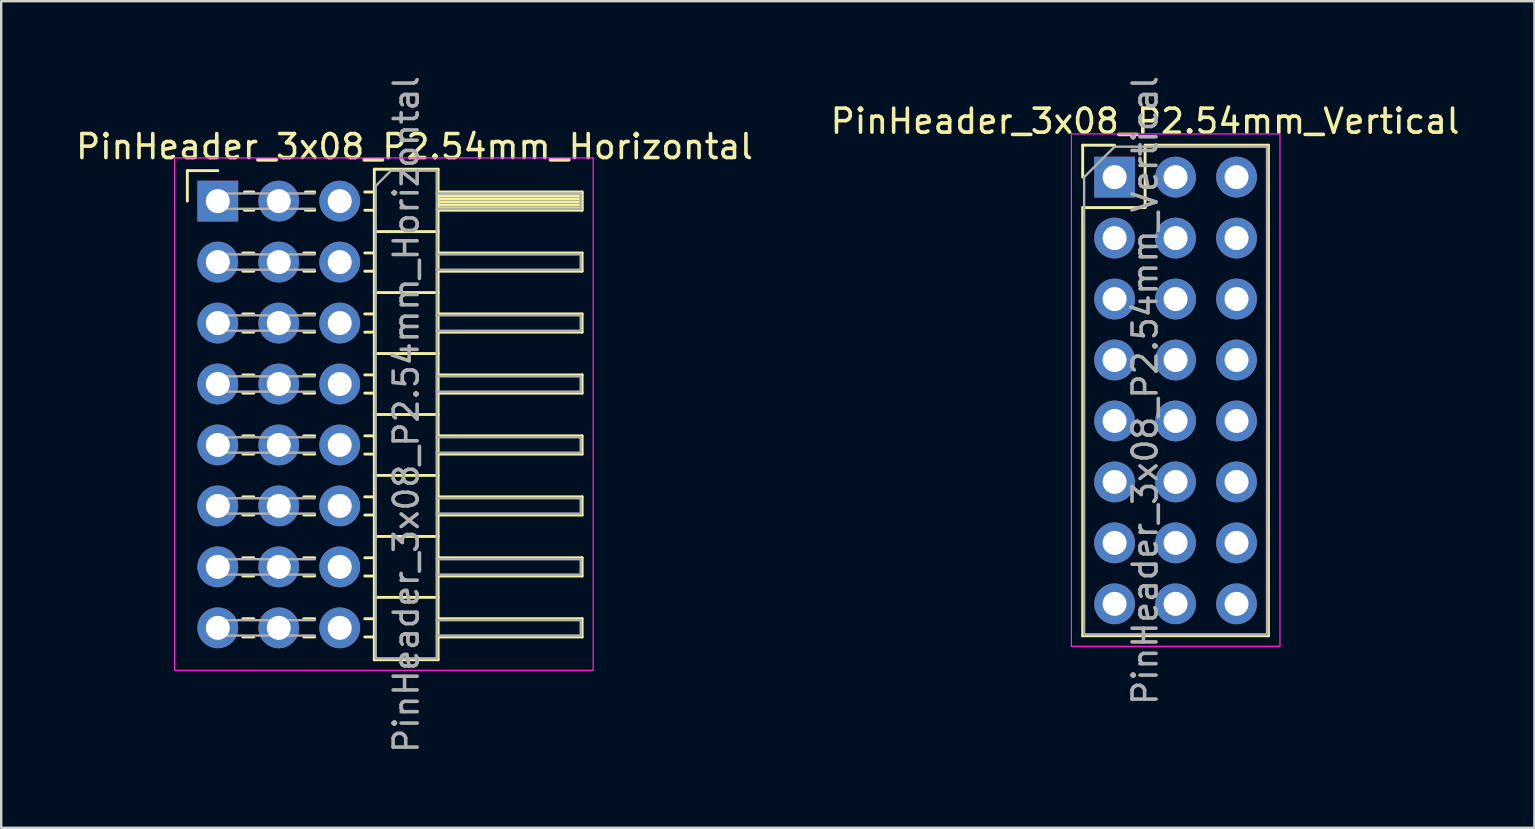
<source format=kicad_pcb>
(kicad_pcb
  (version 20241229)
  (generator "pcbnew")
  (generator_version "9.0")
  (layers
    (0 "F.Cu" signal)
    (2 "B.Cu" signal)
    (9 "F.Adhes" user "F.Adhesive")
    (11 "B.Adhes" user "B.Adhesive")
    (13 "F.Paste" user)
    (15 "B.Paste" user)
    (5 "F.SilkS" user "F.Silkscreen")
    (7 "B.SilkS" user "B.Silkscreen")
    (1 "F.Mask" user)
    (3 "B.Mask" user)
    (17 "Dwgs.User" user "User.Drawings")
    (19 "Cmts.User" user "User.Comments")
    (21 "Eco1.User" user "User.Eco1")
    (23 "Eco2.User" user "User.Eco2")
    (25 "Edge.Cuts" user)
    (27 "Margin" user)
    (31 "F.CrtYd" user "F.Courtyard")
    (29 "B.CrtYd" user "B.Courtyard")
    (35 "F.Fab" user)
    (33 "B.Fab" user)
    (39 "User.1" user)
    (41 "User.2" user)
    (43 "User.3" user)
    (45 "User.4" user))
  (footprint "PinHeader_3x08_P2.54mm_Vertical"
    (layer "F.Cu")
    (at 43.391 4.33)
    (property "Reference" "PinHeader_3x08_P2.54mm_Vertical" (at 1.27 -2.33 0) (layer "F.SilkS") (effects (font (size 1 1) (thickness 0.15))))
    (attr through_hole)
    (fp_line (start -1.33 -1.33) (end 0 -1.33) (stroke (width 0.12) (type solid)) (layer "F.SilkS"))
    (fp_line (start -1.33 0) (end -1.33 -1.33) (stroke (width 0.12) (type solid)) (layer "F.SilkS"))
    (fp_line (start -1.33 1.27) (end -1.33 19.11) (stroke (width 0.12) (type solid)) (layer "F.SilkS"))
    (fp_line (start -1.33 1.27) (end 1.27 1.27) (stroke (width 0.12) (type solid)) (layer "F.SilkS"))
    (fp_line (start -1.33 19.11) (end 6.41 19.11) (stroke (width 0.12) (type solid)) (layer "F.SilkS"))
    (fp_line (start 1.27 -1.33) (end 6.41 -1.33) (stroke (width 0.12) (type solid)) (layer "F.SilkS"))
    (fp_line (start 1.27 1.27) (end 1.27 -1.33) (stroke (width 0.12) (type solid)) (layer "F.SilkS"))
    (fp_line (start 6.41 -1.33) (end 6.41 19.11) (stroke (width 0.12) (type solid)) (layer "F.SilkS"))
    (fp_line (start -1.8 -1.8) (end -1.8 19.55) (stroke (width 0.05) (type solid)) (layer "F.CrtYd"))
    (fp_line (start -1.8 19.55) (end 6.89 19.55) (stroke (width 0.05) (type solid)) (layer "F.CrtYd"))
    (fp_line (start 6.89 -1.8) (end -1.8 -1.8) (stroke (width 0.05) (type solid)) (layer "F.CrtYd"))
    (fp_line (start 6.89 19.55) (end 6.89 -1.8) (stroke (width 0.05) (type solid)) (layer "F.CrtYd"))
    (fp_line (start -1.27 0) (end 0 -1.27) (stroke (width 0.1) (type solid)) (layer "F.Fab"))
    (fp_line (start -1.27 19.05) (end -1.27 0) (stroke (width 0.1) (type solid)) (layer "F.Fab"))
    (fp_line (start 0 -1.27) (end 6.35 -1.27) (stroke (width 0.1) (type solid)) (layer "F.Fab"))
    (fp_line (start 6.35 -1.27) (end 6.35 19.05) (stroke (width 0.1) (type solid)) (layer "F.Fab"))
    (fp_line (start 6.35 19.05) (end -1.27 19.05) (stroke (width 0.1) (type solid)) (layer "F.Fab"))
    (fp_text user "${REFERENCE}" (at 1.27 8.89 90) (layer "F.Fab") (effects (font (size 1 1) (thickness 0.15))))
    (pad "1A" thru_hole rect (at 0 0) (size 1.7 1.7) (drill 1) (layers "*.Cu" "*.Mask"))
    (pad "1B" thru_hole oval (at 2.54 0) (size 1.7 1.7) (drill 1) (layers "*.Cu" "*.Mask"))
    (pad "1C" thru_hole oval (at 5.08 0) (size 1.7 1.7) (drill 1) (layers "*.Cu" "*.Mask"))
    (pad "2A" thru_hole oval (at 0 2.54) (size 1.7 1.7) (drill 1) (layers "*.Cu" "*.Mask"))
    (pad "2B" thru_hole oval (at 2.54 2.54) (size 1.7 1.7) (drill 1) (layers "*.Cu" "*.Mask"))
    (pad "2C" thru_hole oval (at 5.08 2.54) (size 1.7 1.7) (drill 1) (layers "*.Cu" "*.Mask"))
    (pad "3A" thru_hole oval (at 0 5.08) (size 1.7 1.7) (drill 1) (layers "*.Cu" "*.Mask"))
    (pad "3B" thru_hole oval (at 2.54 5.08) (size 1.7 1.7) (drill 1) (layers "*.Cu" "*.Mask"))
    (pad "3C" thru_hole oval (at 5.08 5.08) (size 1.7 1.7) (drill 1) (layers "*.Cu" "*.Mask"))
    (pad "4A" thru_hole oval (at 0 7.62) (size 1.7 1.7) (drill 1) (layers "*.Cu" "*.Mask"))
    (pad "4B" thru_hole oval (at 2.54 7.62) (size 1.7 1.7) (drill 1) (layers "*.Cu" "*.Mask"))
    (pad "4C" thru_hole oval (at 5.08 7.62) (size 1.7 1.7) (drill 1) (layers "*.Cu" "*.Mask"))
    (pad "5A" thru_hole oval (at 0 10.16) (size 1.7 1.7) (drill 1) (layers "*.Cu" "*.Mask"))
    (pad "5B" thru_hole oval (at 2.54 10.16) (size 1.7 1.7) (drill 1) (layers "*.Cu" "*.Mask"))
    (pad "5C" thru_hole oval (at 5.08 10.16) (size 1.7 1.7) (drill 1) (layers "*.Cu" "*.Mask"))
    (pad "6A" thru_hole oval (at 0 12.7) (size 1.7 1.7) (drill 1) (layers "*.Cu" "*.Mask"))
    (pad "6B" thru_hole oval (at 2.54 12.7) (size 1.7 1.7) (drill 1) (layers "*.Cu" "*.Mask"))
    (pad "6C" thru_hole oval (at 5.08 12.7) (size 1.7 1.7) (drill 1) (layers "*.Cu" "*.Mask"))
    (pad "7A" thru_hole oval (at 0 15.24) (size 1.7 1.7) (drill 1) (layers "*.Cu" "*.Mask"))
    (pad "7B" thru_hole oval (at 2.54 15.24) (size 1.7 1.7) (drill 1) (layers "*.Cu" "*.Mask"))
    (pad "7C" thru_hole oval (at 5.08 15.24) (size 1.7 1.7) (drill 1) (layers "*.Cu" "*.Mask"))
    (pad "8A" thru_hole oval (at 0 17.78) (size 1.7 1.7) (drill 1) (layers "*.Cu" "*.Mask"))
    (pad "8B" thru_hole oval (at 2.54 17.78) (size 1.7 1.7) (drill 1) (layers "*.Cu" "*.Mask"))
    (pad "8C" thru_hole oval (at 5.08 17.78) (size 1.7 1.7) (drill 1) (layers "*.Cu" "*.Mask")))
  (footprint "PinHeader_3x08_P2.54mm_Horizontal"
    (layer "F.Cu")
    (at 6.025 5.33)
    (property "Reference" "PinHeader_3x08_P2.54mm_Horizontal" (at 8.195 -2.27 0) (layer "F.SilkS") (effects (font (size 1 1) (thickness 0.15))))
    (attr through_hole)
    (fp_line (start -1.27 -1.27) (end 0 -1.27) (stroke (width 0.12) (type solid)) (layer "F.SilkS"))
    (fp_line (start -1.27 0) (end -1.27 -1.27) (stroke (width 0.12) (type solid)) (layer "F.SilkS"))
    (fp_line (start 1.043 2.16) (end 1.497 2.16) (stroke (width 0.12) (type solid)) (layer "F.SilkS"))
    (fp_line (start 1.043 2.92) (end 1.497 2.92) (stroke (width 0.12) (type solid)) (layer "F.SilkS"))
    (fp_line (start 1.043 4.7) (end 1.497 4.7) (stroke (width 0.12) (type solid)) (layer "F.SilkS"))
    (fp_line (start 1.043 5.46) (end 1.497 5.46) (stroke (width 0.12) (type solid)) (layer "F.SilkS"))
    (fp_line (start 1.043 7.24) (end 1.497 7.24) (stroke (width 0.12) (type solid)) (layer "F.SilkS"))
    (fp_line (start 1.043 8) (end 1.497 8) (stroke (width 0.12) (type solid)) (layer "F.SilkS"))
    (fp_line (start 1.043 9.78) (end 1.497 9.78) (stroke (width 0.12) (type solid)) (layer "F.SilkS"))
    (fp_line (start 1.043 10.54) (end 1.497 10.54) (stroke (width 0.12) (type solid)) (layer "F.SilkS"))
    (fp_line (start 1.043 12.32) (end 1.497 12.32) (stroke (width 0.12) (type solid)) (layer "F.SilkS"))
    (fp_line (start 1.043 13.08) (end 1.497 13.08) (stroke (width 0.12) (type solid)) (layer "F.SilkS"))
    (fp_line (start 1.043 14.86) (end 1.497 14.86) (stroke (width 0.12) (type solid)) (layer "F.SilkS"))
    (fp_line (start 1.043 15.62) (end 1.497 15.62) (stroke (width 0.12) (type solid)) (layer "F.SilkS"))
    (fp_line (start 1.043 17.4) (end 1.497 17.4) (stroke (width 0.12) (type solid)) (layer "F.SilkS"))
    (fp_line (start 1.043 18.16) (end 1.497 18.16) (stroke (width 0.12) (type solid)) (layer "F.SilkS"))
    (fp_line (start 1.11 -0.38) (end 1.497 -0.38) (stroke (width 0.12) (type solid)) (layer "F.SilkS"))
    (fp_line (start 1.11 0.38) (end 1.497 0.38) (stroke (width 0.12) (type solid)) (layer "F.SilkS"))
    (fp_line (start 3.583 2.16) (end 4.037 2.16) (stroke (width 0.12) (type solid)) (layer "F.SilkS"))
    (fp_line (start 3.583 2.92) (end 4.037 2.92) (stroke (width 0.12) (type solid)) (layer "F.SilkS"))
    (fp_line (start 3.583 4.7) (end 4.037 4.7) (stroke (width 0.12) (type solid)) (layer "F.SilkS"))
    (fp_line (start 3.583 5.46) (end 4.037 5.46) (stroke (width 0.12) (type solid)) (layer "F.SilkS"))
    (fp_line (start 3.583 7.24) (end 4.037 7.24) (stroke (width 0.12) (type solid)) (layer "F.SilkS"))
    (fp_line (start 3.583 8) (end 4.037 8) (stroke (width 0.12) (type solid)) (layer "F.SilkS"))
    (fp_line (start 3.583 9.78) (end 4.037 9.78) (stroke (width 0.12) (type solid)) (layer "F.SilkS"))
    (fp_line (start 3.583 10.54) (end 4.037 10.54) (stroke (width 0.12) (type solid)) (layer "F.SilkS"))
    (fp_line (start 3.583 12.32) (end 4.037 12.32) (stroke (width 0.12) (type solid)) (layer "F.SilkS"))
    (fp_line (start 3.583 13.08) (end 4.037 13.08) (stroke (width 0.12) (type solid)) (layer "F.SilkS"))
    (fp_line (start 3.583 14.86) (end 4.037 14.86) (stroke (width 0.12) (type solid)) (layer "F.SilkS"))
    (fp_line (start 3.583 15.62) (end 4.037 15.62) (stroke (width 0.12) (type solid)) (layer "F.SilkS"))
    (fp_line (start 3.583 17.4) (end 4.037 17.4) (stroke (width 0.12) (type solid)) (layer "F.SilkS"))
    (fp_line (start 3.583 18.16) (end 4.037 18.16) (stroke (width 0.12) (type solid)) (layer "F.SilkS"))
    (fp_line (start 3.65 -0.38) (end 4.037 -0.38) (stroke (width 0.12) (type solid)) (layer "F.SilkS"))
    (fp_line (start 3.65 0.38) (end 4.037 0.38) (stroke (width 0.12) (type solid)) (layer "F.SilkS"))
    (fp_line (start 6.123 -0.38) (end 6.52 -0.38) (stroke (width 0.12) (type solid)) (layer "F.SilkS"))
    (fp_line (start 6.123 0.38) (end 6.52 0.38) (stroke (width 0.12) (type solid)) (layer "F.SilkS"))
    (fp_line (start 6.123 2.16) (end 6.52 2.16) (stroke (width 0.12) (type solid)) (layer "F.SilkS"))
    (fp_line (start 6.123 2.92) (end 6.52 2.92) (stroke (width 0.12) (type solid)) (layer "F.SilkS"))
    (fp_line (start 6.123 4.7) (end 6.52 4.7) (stroke (width 0.12) (type solid)) (layer "F.SilkS"))
    (fp_line (start 6.123 5.46) (end 6.52 5.46) (stroke (width 0.12) (type solid)) (layer "F.SilkS"))
    (fp_line (start 6.123 7.24) (end 6.52 7.24) (stroke (width 0.12) (type solid)) (layer "F.SilkS"))
    (fp_line (start 6.123 8) (end 6.52 8) (stroke (width 0.12) (type solid)) (layer "F.SilkS"))
    (fp_line (start 6.123 9.78) (end 6.52 9.78) (stroke (width 0.12) (type solid)) (layer "F.SilkS"))
    (fp_line (start 6.123 10.54) (end 6.52 10.54) (stroke (width 0.12) (type solid)) (layer "F.SilkS"))
    (fp_line (start 6.123 12.32) (end 6.52 12.32) (stroke (width 0.12) (type solid)) (layer "F.SilkS"))
    (fp_line (start 6.123 13.08) (end 6.52 13.08) (stroke (width 0.12) (type solid)) (layer "F.SilkS"))
    (fp_line (start 6.123 14.86) (end 6.52 14.86) (stroke (width 0.12) (type solid)) (layer "F.SilkS"))
    (fp_line (start 6.123 15.62) (end 6.52 15.62) (stroke (width 0.12) (type solid)) (layer "F.SilkS"))
    (fp_line (start 6.123 17.4) (end 6.52 17.4) (stroke (width 0.12) (type solid)) (layer "F.SilkS"))
    (fp_line (start 6.123 18.16) (end 6.52 18.16) (stroke (width 0.12) (type solid)) (layer "F.SilkS"))
    (fp_line (start 6.52 -1.33) (end 6.52 19.11) (stroke (width 0.12) (type solid)) (layer "F.SilkS"))
    (fp_line (start 6.52 1.27) (end 9.18 1.27) (stroke (width 0.12) (type solid)) (layer "F.SilkS"))
    (fp_line (start 6.52 3.81) (end 9.18 3.81) (stroke (width 0.12) (type solid)) (layer "F.SilkS"))
    (fp_line (start 6.52 6.35) (end 9.18 6.35) (stroke (width 0.12) (type solid)) (layer "F.SilkS"))
    (fp_line (start 6.52 8.89) (end 9.18 8.89) (stroke (width 0.12) (type solid)) (layer "F.SilkS"))
    (fp_line (start 6.52 11.43) (end 9.18 11.43) (stroke (width 0.12) (type solid)) (layer "F.SilkS"))
    (fp_line (start 6.52 13.97) (end 9.18 13.97) (stroke (width 0.12) (type solid)) (layer "F.SilkS"))
    (fp_line (start 6.52 16.51) (end 9.18 16.51) (stroke (width 0.12) (type solid)) (layer "F.SilkS"))
    (fp_line (start 6.52 19.11) (end 9.18 19.11) (stroke (width 0.12) (type solid)) (layer "F.SilkS"))
    (fp_line (start 9.18 -1.33) (end 6.52 -1.33) (stroke (width 0.12) (type solid)) (layer "F.SilkS"))
    (fp_line (start 9.18 -0.38) (end 15.18 -0.38) (stroke (width 0.12) (type solid)) (layer "F.SilkS"))
    (fp_line (start 9.18 -0.32) (end 15.18 -0.32) (stroke (width 0.12) (type solid)) (layer "F.SilkS"))
    (fp_line (start 9.18 -0.2) (end 15.18 -0.2) (stroke (width 0.12) (type solid)) (layer "F.SilkS"))
    (fp_line (start 9.18 -0.08) (end 15.18 -0.08) (stroke (width 0.12) (type solid)) (layer "F.SilkS"))
    (fp_line (start 9.18 0.04) (end 15.18 0.04) (stroke (width 0.12) (type solid)) (layer "F.SilkS"))
    (fp_line (start 9.18 0.16) (end 15.18 0.16) (stroke (width 0.12) (type solid)) (layer "F.SilkS"))
    (fp_line (start 9.18 0.28) (end 15.18 0.28) (stroke (width 0.12) (type solid)) (layer "F.SilkS"))
    (fp_line (start 9.18 2.16) (end 15.18 2.16) (stroke (width 0.12) (type solid)) (layer "F.SilkS"))
    (fp_line (start 9.18 4.7) (end 15.18 4.7) (stroke (width 0.12) (type solid)) (layer "F.SilkS"))
    (fp_line (start 9.18 7.24) (end 15.18 7.24) (stroke (width 0.12) (type solid)) (layer "F.SilkS"))
    (fp_line (start 9.18 9.78) (end 15.18 9.78) (stroke (width 0.12) (type solid)) (layer "F.SilkS"))
    (fp_line (start 9.18 12.32) (end 15.18 12.32) (stroke (width 0.12) (type solid)) (layer "F.SilkS"))
    (fp_line (start 9.18 14.86) (end 15.18 14.86) (stroke (width 0.12) (type solid)) (layer "F.SilkS"))
    (fp_line (start 9.18 17.4) (end 15.18 17.4) (stroke (width 0.12) (type solid)) (layer "F.SilkS"))
    (fp_line (start 9.18 19.11) (end 9.18 -1.33) (stroke (width 0.12) (type solid)) (layer "F.SilkS"))
    (fp_line (start 15.18 -0.38) (end 15.18 0.38) (stroke (width 0.12) (type solid)) (layer "F.SilkS"))
    (fp_line (start 15.18 0.38) (end 9.18 0.38) (stroke (width 0.12) (type solid)) (layer "F.SilkS"))
    (fp_line (start 15.18 2.16) (end 15.18 2.92) (stroke (width 0.12) (type solid)) (layer "F.SilkS"))
    (fp_line (start 15.18 2.92) (end 9.18 2.92) (stroke (width 0.12) (type solid)) (layer "F.SilkS"))
    (fp_line (start 15.18 4.7) (end 15.18 5.46) (stroke (width 0.12) (type solid)) (layer "F.SilkS"))
    (fp_line (start 15.18 5.46) (end 9.18 5.46) (stroke (width 0.12) (type solid)) (layer "F.SilkS"))
    (fp_line (start 15.18 7.24) (end 15.18 8) (stroke (width 0.12) (type solid)) (layer "F.SilkS"))
    (fp_line (start 15.18 8) (end 9.18 8) (stroke (width 0.12) (type solid)) (layer "F.SilkS"))
    (fp_line (start 15.18 9.78) (end 15.18 10.54) (stroke (width 0.12) (type solid)) (layer "F.SilkS"))
    (fp_line (start 15.18 10.54) (end 9.18 10.54) (stroke (width 0.12) (type solid)) (layer "F.SilkS"))
    (fp_line (start 15.18 12.32) (end 15.18 13.08) (stroke (width 0.12) (type solid)) (layer "F.SilkS"))
    (fp_line (start 15.18 13.08) (end 9.18 13.08) (stroke (width 0.12) (type solid)) (layer "F.SilkS"))
    (fp_line (start 15.18 14.86) (end 15.18 15.62) (stroke (width 0.12) (type solid)) (layer "F.SilkS"))
    (fp_line (start 15.18 15.62) (end 9.18 15.62) (stroke (width 0.12) (type solid)) (layer "F.SilkS"))
    (fp_line (start 15.18 17.4) (end 15.18 18.16) (stroke (width 0.12) (type solid)) (layer "F.SilkS"))
    (fp_line (start 15.18 18.16) (end 9.18 18.16) (stroke (width 0.12) (type solid)) (layer "F.SilkS"))
    (fp_line (start -1.8 -1.8) (end -1.8 19.55) (stroke (width 0.05) (type solid)) (layer "F.CrtYd"))
    (fp_line (start -1.8 19.55) (end 15.64 19.55) (stroke (width 0.05) (type solid)) (layer "F.CrtYd"))
    (fp_line (start 15.64 -1.8) (end -1.8 -1.8) (stroke (width 0.05) (type solid)) (layer "F.CrtYd"))
    (fp_line (start 15.64 19.55) (end 15.64 -1.8) (stroke (width 0.05) (type solid)) (layer "F.CrtYd"))
    (fp_line (start -0.32 -0.32) (end -0.32 0.32) (stroke (width 0.1) (type solid)) (layer "F.Fab"))
    (fp_line (start -0.32 -0.32) (end 4.04 -0.32) (stroke (width 0.1) (type solid)) (layer "F.Fab"))
    (fp_line (start -0.32 0.32) (end 4.04 0.32) (stroke (width 0.1) (type solid)) (layer "F.Fab"))
    (fp_line (start -0.32 2.22) (end -0.32 2.86) (stroke (width 0.1) (type solid)) (layer "F.Fab"))
    (fp_line (start -0.32 2.22) (end 4.04 2.22) (stroke (width 0.1) (type solid)) (layer "F.Fab"))
    (fp_line (start -0.32 2.86) (end 4.04 2.86) (stroke (width 0.1) (type solid)) (layer "F.Fab"))
    (fp_line (start -0.32 4.76) (end -0.32 5.4) (stroke (width 0.1) (type solid)) (layer "F.Fab"))
    (fp_line (start -0.32 4.76) (end 4.04 4.76) (stroke (width 0.1) (type solid)) (layer "F.Fab"))
    (fp_line (start -0.32 5.4) (end 4.04 5.4) (stroke (width 0.1) (type solid)) (layer "F.Fab"))
    (fp_line (start -0.32 7.3) (end -0.32 7.94) (stroke (width 0.1) (type solid)) (layer "F.Fab"))
    (fp_line (start -0.32 7.3) (end 4.04 7.3) (stroke (width 0.1) (type solid)) (layer "F.Fab"))
    (fp_line (start -0.32 7.94) (end 4.04 7.94) (stroke (width 0.1) (type solid)) (layer "F.Fab"))
    (fp_line (start -0.32 9.84) (end -0.32 10.48) (stroke (width 0.1) (type solid)) (layer "F.Fab"))
    (fp_line (start -0.32 9.84) (end 4.04 9.84) (stroke (width 0.1) (type solid)) (layer "F.Fab"))
    (fp_line (start -0.32 10.48) (end 4.04 10.48) (stroke (width 0.1) (type solid)) (layer "F.Fab"))
    (fp_line (start -0.32 12.38) (end -0.32 13.02) (stroke (width 0.1) (type solid)) (layer "F.Fab"))
    (fp_line (start -0.32 12.38) (end 4.04 12.38) (stroke (width 0.1) (type solid)) (layer "F.Fab"))
    (fp_line (start -0.32 13.02) (end 4.04 13.02) (stroke (width 0.1) (type solid)) (layer "F.Fab"))
    (fp_line (start -0.32 14.92) (end -0.32 15.56) (stroke (width 0.1) (type solid)) (layer "F.Fab"))
    (fp_line (start -0.32 14.92) (end 4.04 14.92) (stroke (width 0.1) (type solid)) (layer "F.Fab"))
    (fp_line (start -0.32 15.56) (end 4.04 15.56) (stroke (width 0.1) (type solid)) (layer "F.Fab"))
    (fp_line (start -0.32 17.46) (end -0.32 18.1) (stroke (width 0.1) (type solid)) (layer "F.Fab"))
    (fp_line (start -0.32 17.46) (end 4.04 17.46) (stroke (width 0.1) (type solid)) (layer "F.Fab"))
    (fp_line (start -0.32 18.1) (end 4.04 18.1) (stroke (width 0.1) (type solid)) (layer "F.Fab"))
    (fp_line (start 6.58 -0.635) (end 7.215 -1.27) (stroke (width 0.1) (type solid)) (layer "F.Fab"))
    (fp_line (start 6.58 19.05) (end 6.58 -0.635) (stroke (width 0.1) (type solid)) (layer "F.Fab"))
    (fp_line (start 7.215 -1.27) (end 9.12 -1.27) (stroke (width 0.1) (type solid)) (layer "F.Fab"))
    (fp_line (start 9.12 -1.27) (end 9.12 19.05) (stroke (width 0.1) (type solid)) (layer "F.Fab"))
    (fp_line (start 9.12 -0.32) (end 15.12 -0.32) (stroke (width 0.1) (type solid)) (layer "F.Fab"))
    (fp_line (start 9.12 0.32) (end 15.12 0.32) (stroke (width 0.1) (type solid)) (layer "F.Fab"))
    (fp_line (start 9.12 2.22) (end 15.12 2.22) (stroke (width 0.1) (type solid)) (layer "F.Fab"))
    (fp_line (start 9.12 2.86) (end 15.12 2.86) (stroke (width 0.1) (type solid)) (layer "F.Fab"))
    (fp_line (start 9.12 4.76) (end 15.12 4.76) (stroke (width 0.1) (type solid)) (layer "F.Fab"))
    (fp_line (start 9.12 5.4) (end 15.12 5.4) (stroke (width 0.1) (type solid)) (layer "F.Fab"))
    (fp_line (start 9.12 7.3) (end 15.12 7.3) (stroke (width 0.1) (type solid)) (layer "F.Fab"))
    (fp_line (start 9.12 7.94) (end 15.12 7.94) (stroke (width 0.1) (type solid)) (layer "F.Fab"))
    (fp_line (start 9.12 9.84) (end 15.12 9.84) (stroke (width 0.1) (type solid)) (layer "F.Fab"))
    (fp_line (start 9.12 10.48) (end 15.12 10.48) (stroke (width 0.1) (type solid)) (layer "F.Fab"))
    (fp_line (start 9.12 12.38) (end 15.12 12.38) (stroke (width 0.1) (type solid)) (layer "F.Fab"))
    (fp_line (start 9.12 13.02) (end 15.12 13.02) (stroke (width 0.1) (type solid)) (layer "F.Fab"))
    (fp_line (start 9.12 14.92) (end 15.12 14.92) (stroke (width 0.1) (type solid)) (layer "F.Fab"))
    (fp_line (start 9.12 15.56) (end 15.12 15.56) (stroke (width 0.1) (type solid)) (layer "F.Fab"))
    (fp_line (start 9.12 17.46) (end 15.12 17.46) (stroke (width 0.1) (type solid)) (layer "F.Fab"))
    (fp_line (start 9.12 18.1) (end 15.12 18.1) (stroke (width 0.1) (type solid)) (layer "F.Fab"))
    (fp_line (start 9.12 19.05) (end 6.58 19.05) (stroke (width 0.1) (type solid)) (layer "F.Fab"))
    (fp_line (start 15.12 -0.32) (end 15.12 0.32) (stroke (width 0.1) (type solid)) (layer "F.Fab"))
    (fp_line (start 15.12 2.22) (end 15.12 2.86) (stroke (width 0.1) (type solid)) (layer "F.Fab"))
    (fp_line (start 15.12 4.76) (end 15.12 5.4) (stroke (width 0.1) (type solid)) (layer "F.Fab"))
    (fp_line (start 15.12 7.3) (end 15.12 7.94) (stroke (width 0.1) (type solid)) (layer "F.Fab"))
    (fp_line (start 15.12 9.84) (end 15.12 10.48) (stroke (width 0.1) (type solid)) (layer "F.Fab"))
    (fp_line (start 15.12 12.38) (end 15.12 13.02) (stroke (width 0.1) (type solid)) (layer "F.Fab"))
    (fp_line (start 15.12 14.92) (end 15.12 15.56) (stroke (width 0.1) (type solid)) (layer "F.Fab"))
    (fp_line (start 15.12 17.46) (end 15.12 18.1) (stroke (width 0.1) (type solid)) (layer "F.Fab"))
    (fp_text user "${REFERENCE}" (at 7.85 8.89 90) (layer "F.Fab") (effects (font (size 1 1) (thickness 0.15))))
    (pad "1A" thru_hole rect (at 0 0) (size 1.7 1.7) (drill 1) (layers "*.Cu" "*.Mask"))
    (pad "1B" thru_hole oval (at 2.54 0) (size 1.7 1.7) (drill 1) (layers "*.Cu" "*.Mask"))
    (pad "1C" thru_hole oval (at 5.08 0) (size 1.7 1.7) (drill 1) (layers "*.Cu" "*.Mask"))
    (pad "2A" thru_hole oval (at 0 2.54) (size 1.7 1.7) (drill 1) (layers "*.Cu" "*.Mask"))
    (pad "2B" thru_hole oval (at 2.54 2.54) (size 1.7 1.7) (drill 1) (layers "*.Cu" "*.Mask"))
    (pad "2C" thru_hole oval (at 5.08 2.54) (size 1.7 1.7) (drill 1) (layers "*.Cu" "*.Mask"))
    (pad "3A" thru_hole oval (at 0 5.08) (size 1.7 1.7) (drill 1) (layers "*.Cu" "*.Mask"))
    (pad "3B" thru_hole oval (at 2.54 5.08) (size 1.7 1.7) (drill 1) (layers "*.Cu" "*.Mask"))
    (pad "3C" thru_hole oval (at 5.08 5.08) (size 1.7 1.7) (drill 1) (layers "*.Cu" "*.Mask"))
    (pad "4A" thru_hole oval (at 0 7.62) (size 1.7 1.7) (drill 1) (layers "*.Cu" "*.Mask"))
    (pad "4B" thru_hole oval (at 2.54 7.62) (size 1.7 1.7) (drill 1) (layers "*.Cu" "*.Mask"))
    (pad "4C" thru_hole oval (at 5.08 7.62) (size 1.7 1.7) (drill 1) (layers "*.Cu" "*.Mask"))
    (pad "5A" thru_hole oval (at 0 10.16) (size 1.7 1.7) (drill 1) (layers "*.Cu" "*.Mask"))
    (pad "5B" thru_hole oval (at 2.54 10.16) (size 1.7 1.7) (drill 1) (layers "*.Cu" "*.Mask"))
    (pad "5C" thru_hole oval (at 5.08 10.16) (size 1.7 1.7) (drill 1) (layers "*.Cu" "*.Mask"))
    (pad "6A" thru_hole oval (at 0 12.7) (size 1.7 1.7) (drill 1) (layers "*.Cu" "*.Mask"))
    (pad "6B" thru_hole oval (at 2.54 12.7) (size 1.7 1.7) (drill 1) (layers "*.Cu" "*.Mask"))
    (pad "6C" thru_hole oval (at 5.08 12.7) (size 1.7 1.7) (drill 1) (layers "*.Cu" "*.Mask"))
    (pad "7A" thru_hole oval (at 0 15.24) (size 1.7 1.7) (drill 1) (layers "*.Cu" "*.Mask"))
    (pad "7B" thru_hole oval (at 2.54 15.24) (size 1.7 1.7) (drill 1) (layers "*.Cu" "*.Mask"))
    (pad "7C" thru_hole oval (at 5.08 15.24) (size 1.7 1.7) (drill 1) (layers "*.Cu" "*.Mask"))
    (pad "8A" thru_hole oval (at 0 17.78) (size 1.7 1.7) (drill 1) (layers "*.Cu" "*.Mask"))
    (pad "8B" thru_hole oval (at 2.54 17.78) (size 1.7 1.7) (drill 1) (layers "*.Cu" "*.Mask"))
    (pad "8C" thru_hole oval (at 5.08 17.78) (size 1.7 1.7) (drill 1) (layers "*.Cu" "*.Mask")))
  (gr_rect
    (start -3 -3)
    (end 60.881 31.44)
    (stroke (width 0.1) (type default))
    (fill no)
    (layer "Edge.Cuts")))
</source>
